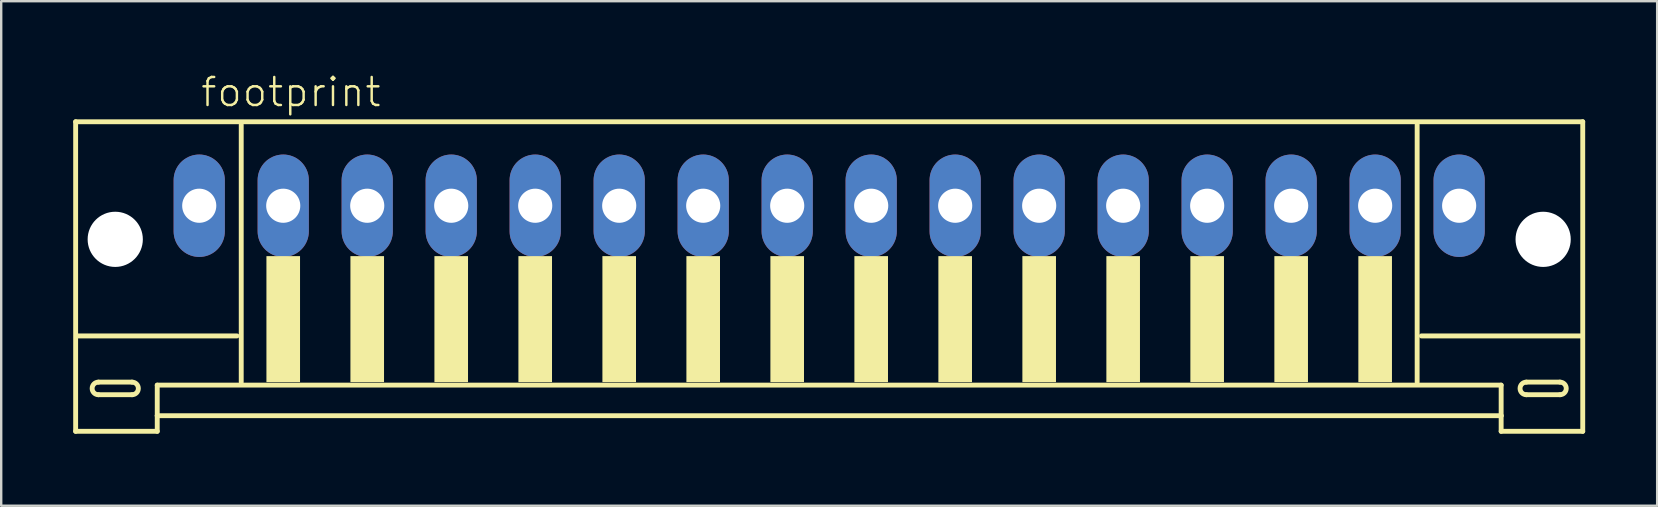
<source format=kicad_pcb>
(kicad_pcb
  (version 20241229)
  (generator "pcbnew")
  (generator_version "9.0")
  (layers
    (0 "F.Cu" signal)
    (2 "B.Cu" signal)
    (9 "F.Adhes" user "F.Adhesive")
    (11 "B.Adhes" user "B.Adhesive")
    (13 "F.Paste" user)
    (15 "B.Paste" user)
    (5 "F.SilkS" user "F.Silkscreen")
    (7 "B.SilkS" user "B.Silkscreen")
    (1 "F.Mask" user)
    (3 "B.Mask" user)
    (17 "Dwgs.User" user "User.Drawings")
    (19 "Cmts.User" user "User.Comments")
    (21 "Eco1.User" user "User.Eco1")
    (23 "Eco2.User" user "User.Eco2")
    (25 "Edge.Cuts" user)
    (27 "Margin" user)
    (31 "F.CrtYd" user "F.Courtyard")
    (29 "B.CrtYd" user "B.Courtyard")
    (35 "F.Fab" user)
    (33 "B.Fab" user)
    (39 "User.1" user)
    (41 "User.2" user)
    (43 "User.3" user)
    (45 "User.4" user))
  (footprint "footprint"
    (layer "F.Cu")
    (at 31.502 7.273)
    (property "Reference" "footprint" (at -26.25 -5.8 0) (layer "F.SilkS") (effects (font (size 1.168 1.168) (thickness 0.102)) (justify left bottom)))
    (fp_line (start -31.4 -5.25) (end -31.4 7.65) (stroke (width 0.203) (type solid)) (layer "F.SilkS"))
    (fp_line (start -31.4 7.65) (end -28 7.65) (stroke (width 0.203) (type solid)) (layer "F.SilkS"))
    (fp_line (start -30.45 5.6) (end -29.05 5.6) (stroke (width 0.203) (type solid)) (layer "F.SilkS"))
    (fp_line (start -29.05 6.125) (end -30.45 6.125) (stroke (width 0.203) (type solid)) (layer "F.SilkS"))
    (fp_line (start -28 5.725) (end 28 5.725) (stroke (width 0.203) (type solid)) (layer "F.SilkS"))
    (fp_line (start -28 7) (end -28 5.725) (stroke (width 0.203) (type solid)) (layer "F.SilkS"))
    (fp_line (start -28 7) (end 28 7) (stroke (width 0.203) (type solid)) (layer "F.SilkS"))
    (fp_line (start -28 7.65) (end -28 7) (stroke (width 0.203) (type solid)) (layer "F.SilkS"))
    (fp_line (start -24.675 3.675) (end -31.325 3.675) (stroke (width 0.203) (type solid)) (layer "F.SilkS"))
    (fp_line (start -24.5 -5.125) (end -24.5 5.6) (stroke (width 0.203) (type solid)) (layer "F.SilkS"))
    (fp_line (start 24.5 5.6) (end 24.5 -5.125) (stroke (width 0.203) (type solid)) (layer "F.SilkS"))
    (fp_line (start 28 5.725) (end 28 7) (stroke (width 0.203) (type solid)) (layer "F.SilkS"))
    (fp_line (start 28 7) (end 28 7.65) (stroke (width 0.203) (type solid)) (layer "F.SilkS"))
    (fp_line (start 28 7.65) (end 31.4 7.65) (stroke (width 0.203) (type solid)) (layer "F.SilkS"))
    (fp_line (start 29.05 5.6) (end 30.45 5.6) (stroke (width 0.203) (type solid)) (layer "F.SilkS"))
    (fp_line (start 30.45 6.125) (end 29.05 6.125) (stroke (width 0.203) (type solid)) (layer "F.SilkS"))
    (fp_line (start 31.325 3.675) (end 24.675 3.675) (stroke (width 0.203) (type solid)) (layer "F.SilkS"))
    (fp_line (start 31.4 -5.25) (end -31.4 -5.25) (stroke (width 0.203) (type solid)) (layer "F.SilkS"))
    (fp_line (start 31.4 7.65) (end 31.4 -5.25) (stroke (width 0.203) (type solid)) (layer "F.SilkS"))
    (fp_arc (start -30.45 6.125) (mid -30.7125 5.8625) (end -30.45 5.6) (stroke (width 0.2032) (type solid)) (layer "F.SilkS"))
    (fp_arc (start -29.05 5.6) (mid -28.7875 5.8625) (end -29.05 6.125) (stroke (width 0.2032) (type solid)) (layer "F.SilkS"))
    (fp_arc (start 29.05 6.125) (mid 28.7875 5.8625) (end 29.05 5.6) (stroke (width 0.2032) (type solid)) (layer "F.SilkS"))
    (fp_arc (start 30.45 5.6) (mid 30.7125 5.8625) (end 30.45 6.125) (stroke (width 0.2032) (type solid)) (layer "F.SilkS"))
    (fp_poly (pts (xy -23.45 5.6) (xy -22.05 5.6) (xy -22.05 0.35) (xy -23.45 0.35)) (stroke (width 0) (type solid)) (fill yes) (layer "F.SilkS"))
    (fp_poly (pts (xy -19.95 5.6) (xy -18.55 5.6) (xy -18.55 0.35) (xy -19.95 0.35)) (stroke (width 0) (type solid)) (fill yes) (layer "F.SilkS"))
    (fp_poly (pts (xy -16.45 5.6) (xy -15.05 5.6) (xy -15.05 0.35) (xy -16.45 0.35)) (stroke (width 0) (type solid)) (fill yes) (layer "F.SilkS"))
    (fp_poly (pts (xy -12.95 5.6) (xy -11.55 5.6) (xy -11.55 0.35) (xy -12.95 0.35)) (stroke (width 0) (type solid)) (fill yes) (layer "F.SilkS"))
    (fp_poly (pts (xy -9.45 5.6) (xy -8.05 5.6) (xy -8.05 0.35) (xy -9.45 0.35)) (stroke (width 0) (type solid)) (fill yes) (layer "F.SilkS"))
    (fp_poly (pts (xy -5.95 5.6) (xy -4.55 5.6) (xy -4.55 0.35) (xy -5.95 0.35)) (stroke (width 0) (type solid)) (fill yes) (layer "F.SilkS"))
    (fp_poly (pts (xy -2.45 5.6) (xy -1.05 5.6) (xy -1.05 0.35) (xy -2.45 0.35)) (stroke (width 0) (type solid)) (fill yes) (layer "F.SilkS"))
    (fp_poly (pts (xy 1.05 5.6) (xy 2.45 5.6) (xy 2.45 0.35) (xy 1.05 0.35)) (stroke (width 0) (type solid)) (fill yes) (layer "F.SilkS"))
    (fp_poly (pts (xy 4.55 5.6) (xy 5.95 5.6) (xy 5.95 0.35) (xy 4.55 0.35)) (stroke (width 0) (type solid)) (fill yes) (layer "F.SilkS"))
    (fp_poly (pts (xy 8.05 5.6) (xy 9.45 5.6) (xy 9.45 0.35) (xy 8.05 0.35)) (stroke (width 0) (type solid)) (fill yes) (layer "F.SilkS"))
    (fp_poly (pts (xy 11.55 5.6) (xy 12.95 5.6) (xy 12.95 0.35) (xy 11.55 0.35)) (stroke (width 0) (type solid)) (fill yes) (layer "F.SilkS"))
    (fp_poly (pts (xy 15.05 5.6) (xy 16.45 5.6) (xy 16.45 0.35) (xy 15.05 0.35)) (stroke (width 0) (type solid)) (fill yes) (layer "F.SilkS"))
    (fp_poly (pts (xy 18.55 5.6) (xy 19.95 5.6) (xy 19.95 0.35) (xy 18.55 0.35)) (stroke (width 0) (type solid)) (fill yes) (layer "F.SilkS"))
    (fp_poly (pts (xy 22.05 5.6) (xy 23.45 5.6) (xy 23.45 0.35) (xy 22.05 0.35)) (stroke (width 0) (type solid)) (fill yes) (layer "F.SilkS"))
    (pad "" np_thru_hole circle (at -29.75 -0.35) (size 2.3 2.3) (drill 2.3) (layers "*.Cu" "*.Mask"))
    (pad "" np_thru_hole circle (at 29.75 -0.35) (size 2.3 2.3) (drill 2.3) (layers "*.Cu" "*.Mask"))
    (pad "1" thru_hole oval (at -26.25 -1.75 90) (size 4.267 2.134) (drill 1.422) (layers "*.Cu" "*.Mask"))
    (pad "2" thru_hole oval (at -22.75 -1.75 90) (size 4.267 2.134) (drill 1.422) (layers "*.Cu" "*.Mask"))
    (pad "3" thru_hole oval (at -19.25 -1.75 90) (size 4.267 2.134) (drill 1.422) (layers "*.Cu" "*.Mask"))
    (pad "4" thru_hole oval (at -15.75 -1.75 90) (size 4.267 2.134) (drill 1.422) (layers "*.Cu" "*.Mask"))
    (pad "5" thru_hole oval (at -12.25 -1.75 90) (size 4.267 2.134) (drill 1.422) (layers "*.Cu" "*.Mask"))
    (pad "6" thru_hole oval (at -8.75 -1.75 90) (size 4.267 2.134) (drill 1.422) (layers "*.Cu" "*.Mask"))
    (pad "7" thru_hole oval (at -5.25 -1.75 90) (size 4.267 2.134) (drill 1.422) (layers "*.Cu" "*.Mask"))
    (pad "8" thru_hole oval (at -1.75 -1.75 90) (size 4.267 2.134) (drill 1.422) (layers "*.Cu" "*.Mask"))
    (pad "9" thru_hole oval (at 1.75 -1.75 90) (size 4.267 2.134) (drill 1.422) (layers "*.Cu" "*.Mask"))
    (pad "10" thru_hole oval (at 5.25 -1.75 90) (size 4.267 2.134) (drill 1.422) (layers "*.Cu" "*.Mask"))
    (pad "11" thru_hole oval (at 8.75 -1.75 90) (size 4.267 2.134) (drill 1.422) (layers "*.Cu" "*.Mask"))
    (pad "12" thru_hole oval (at 12.25 -1.75 90) (size 4.267 2.134) (drill 1.422) (layers "*.Cu" "*.Mask"))
    (pad "13" thru_hole oval (at 15.75 -1.75 90) (size 4.267 2.134) (drill 1.422) (layers "*.Cu" "*.Mask"))
    (pad "14" thru_hole oval (at 19.25 -1.75 90) (size 4.267 2.134) (drill 1.422) (layers "*.Cu" "*.Mask"))
    (pad "15" thru_hole oval (at 22.75 -1.75 90) (size 4.267 2.134) (drill 1.422) (layers "*.Cu" "*.Mask"))
    (pad "16" thru_hole oval (at 26.25 -1.75 90) (size 4.267 2.134) (drill 1.422) (layers "*.Cu" "*.Mask")))
  (gr_rect
    (start -3 -3)
    (end 66.003 18.025)
    (stroke (width 0.1) (type default))
    (fill no)
    (layer "Edge.Cuts")))
</source>
